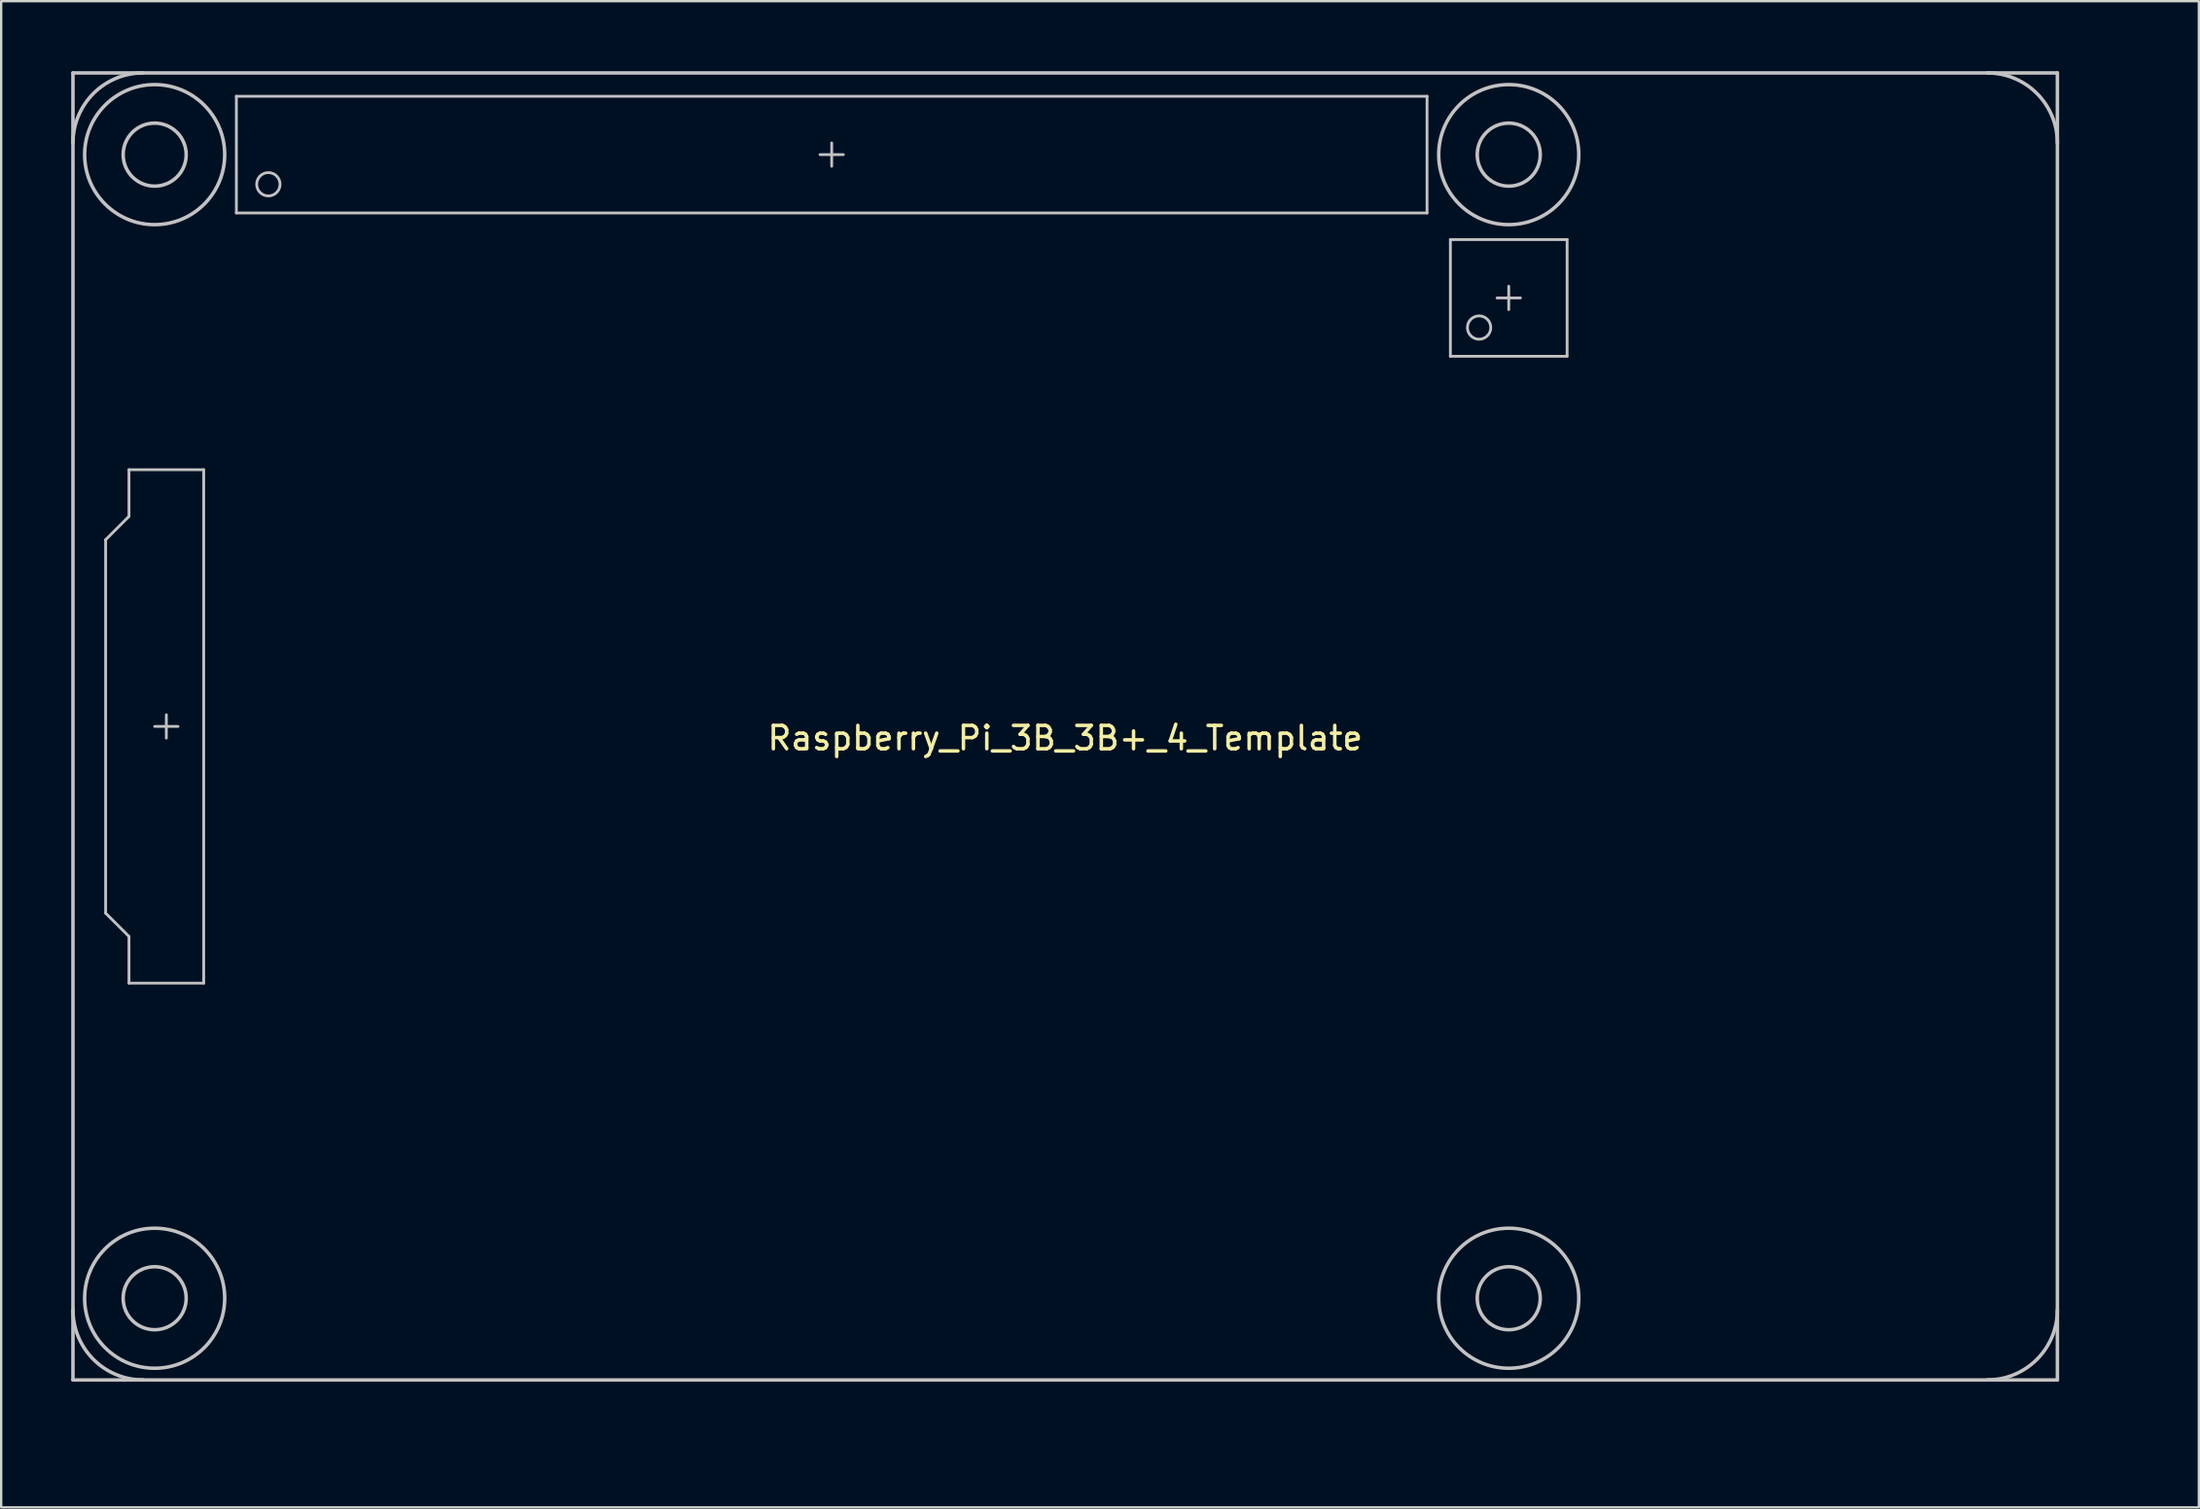
<source format=kicad_pcb>
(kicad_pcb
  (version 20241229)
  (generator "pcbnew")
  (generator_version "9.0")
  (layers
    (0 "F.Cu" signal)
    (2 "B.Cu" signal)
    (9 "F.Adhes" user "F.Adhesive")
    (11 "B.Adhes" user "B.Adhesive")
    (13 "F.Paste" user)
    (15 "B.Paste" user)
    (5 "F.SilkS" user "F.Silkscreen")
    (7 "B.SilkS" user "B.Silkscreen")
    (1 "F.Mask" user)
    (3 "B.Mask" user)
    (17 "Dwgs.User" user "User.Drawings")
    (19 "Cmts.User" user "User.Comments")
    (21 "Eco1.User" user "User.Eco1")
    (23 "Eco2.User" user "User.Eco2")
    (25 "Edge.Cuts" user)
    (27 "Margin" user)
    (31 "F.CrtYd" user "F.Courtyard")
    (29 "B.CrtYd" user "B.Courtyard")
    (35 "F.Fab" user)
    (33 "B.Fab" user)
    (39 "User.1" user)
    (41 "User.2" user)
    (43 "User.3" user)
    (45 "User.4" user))
  (footprint "Raspberry_Pi_3B_3B+_4_Template"
    (layer "F.Cu")
    (at 8.445 4.845)
    (property "Reference" "Raspberry_Pi_3B_3B+_4_Template" (at 34.13 23.73 0) (layer "F.SilkS") (effects (font (size 1 1) (thickness 0.15))))
    (attr exclude_from_pos_files exclude_from_bom)
    (fp_line (start -8.37 -4.77) (end 76.63 -4.77) (stroke (width 0.15) (type solid)) (layer "Dwgs.User"))
    (fp_line (start -8.37 51.23) (end -8.37 -4.77) (stroke (width 0.15) (type solid)) (layer "Dwgs.User"))
    (fp_line (start -6.97 15.23) (end -6.97 31.23) (stroke (width 0.12) (type solid)) (layer "Dwgs.User"))
    (fp_line (start -6.97 31.23) (end -5.97 32.23) (stroke (width 0.12) (type solid)) (layer "Dwgs.User"))
    (fp_line (start -5.97 12.23) (end -5.97 14.23) (stroke (width 0.12) (type solid)) (layer "Dwgs.User"))
    (fp_line (start -5.97 14.23) (end -6.97 15.23) (stroke (width 0.12) (type solid)) (layer "Dwgs.User"))
    (fp_line (start -5.97 32.23) (end -5.97 34.23) (stroke (width 0.12) (type solid)) (layer "Dwgs.User"))
    (fp_line (start -5.97 34.23) (end -2.77 34.23) (stroke (width 0.12) (type solid)) (layer "Dwgs.User"))
    (fp_line (start -4.37 23.23) (end -4.87 23.23) (stroke (width 0.12) (type solid)) (layer "Dwgs.User"))
    (fp_line (start -4.37 23.23) (end -4.37 22.73) (stroke (width 0.12) (type solid)) (layer "Dwgs.User"))
    (fp_line (start -4.37 23.23) (end -4.37 23.73) (stroke (width 0.12) (type solid)) (layer "Dwgs.User"))
    (fp_line (start -4.37 23.23) (end -3.87 23.23) (stroke (width 0.12) (type solid)) (layer "Dwgs.User"))
    (fp_line (start -2.77 12.23) (end -5.97 12.23) (stroke (width 0.12) (type solid)) (layer "Dwgs.User"))
    (fp_line (start -2.77 34.23) (end -2.77 12.23) (stroke (width 0.12) (type solid)) (layer "Dwgs.User"))
    (fp_line (start -1.37 -3.77) (end 49.63 -3.77) (stroke (width 0.12) (type solid)) (layer "Dwgs.User"))
    (fp_line (start -1.37 1.23) (end -1.37 -3.77) (stroke (width 0.12) (type solid)) (layer "Dwgs.User"))
    (fp_line (start 23.63 -1.27) (end 24.13 -1.27) (stroke (width 0.12) (type solid)) (layer "Dwgs.User"))
    (fp_line (start 24.13 -1.77) (end 24.13 -1.27) (stroke (width 0.12) (type solid)) (layer "Dwgs.User"))
    (fp_line (start 24.13 -1.27) (end 24.63 -1.27) (stroke (width 0.12) (type solid)) (layer "Dwgs.User"))
    (fp_line (start 24.13 -0.77) (end 24.13 -1.27) (stroke (width 0.12) (type solid)) (layer "Dwgs.User"))
    (fp_line (start 49.63 -3.77) (end 49.63 1.23) (stroke (width 0.12) (type solid)) (layer "Dwgs.User"))
    (fp_line (start 49.63 1.23) (end -1.37 1.23) (stroke (width 0.12) (type solid)) (layer "Dwgs.User"))
    (fp_line (start 50.63 2.37) (end 55.63 2.37) (stroke (width 0.12) (type solid)) (layer "Dwgs.User"))
    (fp_line (start 50.63 7.37) (end 50.63 2.37) (stroke (width 0.12) (type solid)) (layer "Dwgs.User"))
    (fp_line (start 52.63 4.87) (end 53.12 4.87) (stroke (width 0.12) (type solid)) (layer "Dwgs.User"))
    (fp_line (start 53.13 4.87) (end 53.13 4.37) (stroke (width 0.12) (type solid)) (layer "Dwgs.User"))
    (fp_line (start 53.13 4.87) (end 53.63 4.87) (stroke (width 0.12) (type solid)) (layer "Dwgs.User"))
    (fp_line (start 53.13 5.37) (end 53.13 4.87) (stroke (width 0.12) (type solid)) (layer "Dwgs.User"))
    (fp_line (start 55.63 2.37) (end 55.63 7.37) (stroke (width 0.12) (type solid)) (layer "Dwgs.User"))
    (fp_line (start 55.63 7.37) (end 50.63 7.37) (stroke (width 0.12) (type solid)) (layer "Dwgs.User"))
    (fp_line (start 76.63 -4.77) (end 76.63 51.23) (stroke (width 0.15) (type solid)) (layer "Dwgs.User"))
    (fp_line (start 76.63 51.23) (end -8.37 51.23) (stroke (width 0.15) (type solid)) (layer "Dwgs.User"))
    (fp_arc (start -8.37 -1.77) (mid -7.49132 -3.89132) (end -5.37 -4.77) (stroke (width 0.15) (type solid)) (layer "Dwgs.User"))
    (fp_arc (start -5.37 51.23) (mid -7.49132 50.35132) (end -8.37 48.23) (stroke (width 0.15) (type solid)) (layer "Dwgs.User"))
    (fp_arc (start 73.63 -4.77) (mid 75.75132 -3.89132) (end 76.63 -1.77) (stroke (width 0.15) (type solid)) (layer "Dwgs.User"))
    (fp_arc (start 76.63 48.23) (mid 75.75132 50.35132) (end 73.63 51.23) (stroke (width 0.15) (type solid)) (layer "Dwgs.User"))
    (fp_circle (center -4.87 -1.27) (end -3.52 -1.27) (stroke (width 0.15) (type solid)) (fill no) (layer "Dwgs.User"))
    (fp_circle (center -4.87 -1.27) (end -1.87 -1.27) (stroke (width 0.15) (type solid)) (fill no) (layer "Dwgs.User"))
    (fp_circle (center -4.87 47.73) (end -3.52 47.73) (stroke (width 0.15) (type solid)) (fill no) (layer "Dwgs.User"))
    (fp_circle (center -4.87 47.73) (end -1.87 47.73) (stroke (width 0.15) (type solid)) (fill no) (layer "Dwgs.User"))
    (fp_circle (center 0 0) (end 0.5 0) (stroke (width 0.12) (type solid)) (fill no) (layer "Dwgs.User"))
    (fp_circle (center 51.86 6.14) (end 52.36 6.14) (stroke (width 0.12) (type solid)) (fill no) (layer "Dwgs.User"))
    (fp_circle (center 53.13 -1.27) (end 54.48 -1.27) (stroke (width 0.15) (type solid)) (fill no) (layer "Dwgs.User"))
    (fp_circle (center 53.13 -1.27) (end 56.13 -1.27) (stroke (width 0.15) (type solid)) (fill no) (layer "Dwgs.User"))
    (fp_circle (center 53.13 47.73) (end 54.48 47.73) (stroke (width 0.15) (type solid)) (fill no) (layer "Dwgs.User"))
    (fp_circle (center 53.13 47.73) (end 56.13 47.73) (stroke (width 0.15) (type solid)) (fill no) (layer "Dwgs.User"))
    (fp_line (start -1.87 2.33) (end 8.93 2.33) (stroke (width 0.12) (type solid)) (layer "Eco1.User"))
    (fp_line (start -1.87 15.43) (end -1.87 2.33) (stroke (width 0.12) (type solid)) (layer "Eco1.User"))
    (fp_line (start -1.67 44.93) (end 7.33 44.93) (stroke (width 0.12) (type solid)) (layer "Eco1.User"))
    (fp_line (start -1.67 52.43) (end -1.67 44.93) (stroke (width 0.12) (type solid)) (layer "Eco1.User"))
    (fp_line (start -0.87 36.73) (end 4.13 36.73) (stroke (width 0.12) (type solid)) (layer "Eco1.User"))
    (fp_line (start -0.87 41.73) (end -0.87 36.73) (stroke (width 0.12) (type solid)) (layer "Eco1.User"))
    (fp_line (start -0.17 25.93) (end 7.43 25.93) (stroke (width 0.12) (type solid)) (layer "Eco1.User"))
    (fp_line (start -0.17 28.53) (end -0.17 25.93) (stroke (width 0.12) (type solid)) (layer "Eco1.User"))
    (fp_line (start 1.63 39.23) (end 1.13 39.23) (stroke (width 0.12) (type solid)) (layer "Eco1.User"))
    (fp_line (start 1.63 39.23) (end 1.63 38.73) (stroke (width 0.12) (type solid)) (layer "Eco1.User"))
    (fp_line (start 1.63 39.23) (end 1.63 39.73) (stroke (width 0.12) (type solid)) (layer "Eco1.User"))
    (fp_line (start 1.63 39.23) (end 2.13 39.23) (stroke (width 0.12) (type solid)) (layer "Eco1.User"))
    (fp_line (start 3.63 27.23) (end 3.13 27.23) (stroke (width 0.12) (type solid)) (layer "Eco1.User"))
    (fp_line (start 3.63 27.23) (end 3.63 26.73) (stroke (width 0.12) (type solid)) (layer "Eco1.User"))
    (fp_line (start 3.63 27.23) (end 3.63 27.73) (stroke (width 0.12) (type solid)) (layer "Eco1.User"))
    (fp_line (start 3.63 27.23) (end 4.13 27.23) (stroke (width 0.12) (type solid)) (layer "Eco1.User"))
    (fp_line (start 4.13 36.73) (end 4.13 41.73) (stroke (width 0.12) (type solid)) (layer "Eco1.User"))
    (fp_line (start 4.13 41.73) (end -0.87 41.73) (stroke (width 0.12) (type solid)) (layer "Eco1.User"))
    (fp_line (start 7.33 44.93) (end 7.33 52.43) (stroke (width 0.12) (type solid)) (layer "Eco1.User"))
    (fp_line (start 7.33 52.43) (end -1.67 52.43) (stroke (width 0.12) (type solid)) (layer "Eco1.User"))
    (fp_line (start 7.43 25.93) (end 7.43 28.53) (stroke (width 0.12) (type solid)) (layer "Eco1.User"))
    (fp_line (start 7.43 28.53) (end -0.17 28.53) (stroke (width 0.12) (type solid)) (layer "Eco1.User"))
    (fp_line (start 8.93 2.33) (end 8.93 15.43) (stroke (width 0.12) (type solid)) (layer "Eco1.User"))
    (fp_line (start 8.93 15.43) (end -1.87 15.43) (stroke (width 0.12) (type solid)) (layer "Eco1.User"))
    (fp_line (start 13.38 11.23) (end 28.38 11.23) (stroke (width 0.12) (type solid)) (layer "Eco1.User"))
    (fp_line (start 13.38 25.73) (end 13.38 11.23) (stroke (width 0.12) (type solid)) (layer "Eco1.User"))
    (fp_line (start 13.88 26.23) (end 13.38 25.73) (stroke (width 0.12) (type solid)) (layer "Eco1.User"))
    (fp_line (start 14.03 52.03) (end 14.03 52.53) (stroke (width 0.12) (type solid)) (layer "Eco1.User"))
    (fp_line (start 14.03 52.53) (end 21.23 52.53) (stroke (width 0.12) (type solid)) (layer "Eco1.User"))
    (fp_line (start 14.33 44.33) (end 14.33 52.03) (stroke (width 0.12) (type solid)) (layer "Eco1.User"))
    (fp_line (start 14.33 52.03) (end 14.03 52.03) (stroke (width 0.12) (type solid)) (layer "Eco1.User"))
    (fp_line (start 20.88 18.73) (end 20.38 18.73) (stroke (width 0.12) (type solid)) (layer "Eco1.User"))
    (fp_line (start 20.88 18.73) (end 20.88 18.23) (stroke (width 0.12) (type solid)) (layer "Eco1.User"))
    (fp_line (start 20.88 18.73) (end 20.88 19.23) (stroke (width 0.12) (type solid)) (layer "Eco1.User"))
    (fp_line (start 20.88 18.73) (end 21.38 18.73) (stroke (width 0.12) (type solid)) (layer "Eco1.User"))
    (fp_line (start 20.93 44.33) (end 14.33 44.33) (stroke (width 0.12) (type solid)) (layer "Eco1.User"))
    (fp_line (start 20.93 52.03) (end 20.93 44.33) (stroke (width 0.12) (type solid)) (layer "Eco1.User"))
    (fp_line (start 20.93 52.03) (end 21.23 52.03) (stroke (width 0.12) (type solid)) (layer "Eco1.User"))
    (fp_line (start 21.23 52.03) (end 21.23 52.53) (stroke (width 0.12) (type solid)) (layer "Eco1.User"))
    (fp_line (start 27.53 52.03) (end 27.53 52.53) (stroke (width 0.12) (type solid)) (layer "Eco1.User"))
    (fp_line (start 27.53 52.53) (end 34.73 52.53) (stroke (width 0.12) (type solid)) (layer "Eco1.User"))
    (fp_line (start 27.83 44.33) (end 27.83 52.03) (stroke (width 0.12) (type solid)) (layer "Eco1.User"))
    (fp_line (start 27.83 52.03) (end 27.53 52.03) (stroke (width 0.12) (type solid)) (layer "Eco1.User"))
    (fp_line (start 28.38 11.23) (end 28.38 26.23) (stroke (width 0.12) (type solid)) (layer "Eco1.User"))
    (fp_line (start 28.38 26.23) (end 13.88 26.23) (stroke (width 0.12) (type solid)) (layer "Eco1.User"))
    (fp_line (start 31.38 11.23) (end 38.38 11.23) (stroke (width 0.12) (type solid)) (layer "Eco1.User"))
    (fp_line (start 31.38 26.23) (end 31.38 11.23) (stroke (width 0.12) (type solid)) (layer "Eco1.User"))
    (fp_line (start 34.43 44.33) (end 27.83 44.33) (stroke (width 0.12) (type solid)) (layer "Eco1.User"))
    (fp_line (start 34.43 52.03) (end 34.43 44.33) (stroke (width 0.12) (type solid)) (layer "Eco1.User"))
    (fp_line (start 34.43 52.03) (end 34.73 52.03) (stroke (width 0.12) (type solid)) (layer "Eco1.User"))
    (fp_line (start 34.73 52.03) (end 34.73 52.53) (stroke (width 0.12) (type solid)) (layer "Eco1.User"))
    (fp_line (start 36.53 28.73) (end 36.53 50.73) (stroke (width 0.12) (type solid)) (layer "Eco1.User"))
    (fp_line (start 36.53 50.73) (end 39.73 50.73) (stroke (width 0.12) (type solid)) (layer "Eco1.User"))
    (fp_line (start 38.13 39.73) (end 37.63 39.73) (stroke (width 0.12) (type solid)) (layer "Eco1.User"))
    (fp_line (start 38.13 39.73) (end 38.13 39.23) (stroke (width 0.12) (type solid)) (layer "Eco1.User"))
    (fp_line (start 38.13 39.73) (end 38.13 40.23) (stroke (width 0.12) (type solid)) (layer "Eco1.User"))
    (fp_line (start 38.13 39.73) (end 38.63 39.73) (stroke (width 0.12) (type solid)) (layer "Eco1.User"))
    (fp_line (start 38.38 11.23) (end 38.38 26.23) (stroke (width 0.12) (type solid)) (layer "Eco1.User"))
    (fp_line (start 38.38 26.23) (end 31.38 26.23) (stroke (width 0.12) (type solid)) (layer "Eco1.User"))
    (fp_line (start 39.73 28.73) (end 36.53 28.73) (stroke (width 0.12) (type solid)) (layer "Eco1.User"))
    (fp_line (start 39.73 30.73) (end 39.73 28.73) (stroke (width 0.12) (type solid)) (layer "Eco1.User"))
    (fp_line (start 39.73 48.73) (end 40.73 47.73) (stroke (width 0.12) (type solid)) (layer "Eco1.User"))
    (fp_line (start 39.73 50.73) (end 39.73 48.73) (stroke (width 0.12) (type solid)) (layer "Eco1.User"))
    (fp_line (start 40.73 31.73) (end 39.73 30.73) (stroke (width 0.12) (type solid)) (layer "Eco1.User"))
    (fp_line (start 40.73 47.73) (end 40.73 31.73) (stroke (width 0.12) (type solid)) (layer "Eco1.User"))
    (fp_line (start 42.13 38.43) (end 42.13 53.43) (stroke (width 0.12) (type solid)) (layer "Eco1.User"))
    (fp_line (start 42.13 53.43) (end 49.13 53.43) (stroke (width 0.12) (type solid)) (layer "Eco1.User"))
    (fp_line (start 46.63 23.23) (end 46.63 31.23) (stroke (width 0.12) (type solid)) (layer "Eco1.User"))
    (fp_line (start 46.63 31.23) (end 54.63 31.23) (stroke (width 0.12) (type solid)) (layer "Eco1.User"))
    (fp_line (start 49.13 38.43) (end 42.13 38.43) (stroke (width 0.12) (type solid)) (layer "Eco1.User"))
    (fp_line (start 49.13 53.43) (end 49.13 38.43) (stroke (width 0.12) (type solid)) (layer "Eco1.User"))
    (fp_line (start 54.63 23.23) (end 46.63 23.23) (stroke (width 0.12) (type solid)) (layer "Eco1.User"))
    (fp_line (start 54.63 31.23) (end 54.63 23.23) (stroke (width 0.12) (type solid)) (layer "Eco1.User"))
    (fp_line (start 58.38 -2.52) (end 58.38 13.48) (stroke (width 0.12) (type solid)) (layer "Eco1.User"))
    (fp_line (start 58.38 13.48) (end 79.63 13.48) (stroke (width 0.12) (type solid)) (layer "Eco1.User"))
    (fp_line (start 62.13 17.23) (end 62.13 31.23) (stroke (width 0.12) (type solid)) (layer "Eco1.User"))
    (fp_line (start 62.13 31.23) (end 79.13 31.23) (stroke (width 0.12) (type solid)) (layer "Eco1.User"))
    (fp_line (start 62.13 35.23) (end 62.13 49.23) (stroke (width 0.12) (type solid)) (layer "Eco1.User"))
    (fp_line (start 62.13 49.23) (end 79.13 49.23) (stroke (width 0.12) (type solid)) (layer "Eco1.User"))
    (fp_line (start 79.13 16.73) (end 79.63 16.73) (stroke (width 0.12) (type solid)) (layer "Eco1.User"))
    (fp_line (start 79.13 17.23) (end 62.13 17.23) (stroke (width 0.12) (type solid)) (layer "Eco1.User"))
    (fp_line (start 79.13 17.23) (end 79.13 16.73) (stroke (width 0.12) (type solid)) (layer "Eco1.User"))
    (fp_line (start 79.13 31.23) (end 79.13 31.73) (stroke (width 0.12) (type solid)) (layer "Eco1.User"))
    (fp_line (start 79.13 31.73) (end 79.63 31.73) (stroke (width 0.12) (type solid)) (layer "Eco1.User"))
    (fp_line (start 79.13 34.73) (end 79.13 35.23) (stroke (width 0.12) (type solid)) (layer "Eco1.User"))
    (fp_line (start 79.13 35.23) (end 62.13 35.23) (stroke (width 0.12) (type solid)) (layer "Eco1.User"))
    (fp_line (start 79.13 49.23) (end 79.13 49.73) (stroke (width 0.12) (type solid)) (layer "Eco1.User"))
    (fp_line (start 79.13 49.73) (end 79.63 49.73) (stroke (width 0.12) (type solid)) (layer "Eco1.User"))
    (fp_line (start 79.63 -2.52) (end 58.38 -2.52) (stroke (width 0.12) (type solid)) (layer "Eco1.User"))
    (fp_line (start 79.63 13.48) (end 79.63 -2.52) (stroke (width 0.12) (type solid)) (layer "Eco1.User"))
    (fp_line (start 79.63 31.73) (end 79.63 16.73) (stroke (width 0.12) (type solid)) (layer "Eco1.User"))
    (fp_line (start 79.63 34.73) (end 79.13 34.73) (stroke (width 0.12) (type solid)) (layer "Eco1.User"))
    (fp_line (start 79.63 49.73) (end 79.63 34.73) (stroke (width 0.12) (type solid)) (layer "Eco1.User"))
    (fp_circle (center 1.09 27.23) (end 1.598 27.23) (stroke (width 0.12) (type solid)) (fill no) (layer "Eco1.User"))
    (fp_line (start -1.57 47.13) (end 6.03 47.13) (stroke (width 0.12) (type solid)) (layer "Eco2.User"))
    (fp_line (start -1.57 52.83) (end -1.57 47.13) (stroke (width 0.12) (type solid)) (layer "Eco2.User"))
    (fp_line (start 6.03 47.13) (end 6.03 52.83) (stroke (width 0.12) (type solid)) (layer "Eco2.User"))
    (fp_line (start 6.03 52.83) (end -1.57 52.83) (stroke (width 0.12) (type solid)) (layer "Eco2.User"))
    (fp_line (start 11.63 12.83) (end 11.63 26.83) (stroke (width 0.12) (type solid)) (layer "Eco2.User"))
    (fp_line (start 11.63 26.83) (end 25.63 26.83) (stroke (width 0.12) (type solid)) (layer "Eco2.User"))
    (fp_line (start 16.13 40.13) (end 31.13 40.13) (stroke (width 0.12) (type solid)) (layer "Eco2.User"))
    (fp_line (start 16.13 52.43) (end 16.13 40.13) (stroke (width 0.12) (type solid)) (layer "Eco2.User"))
    (fp_line (start 25.63 12.83) (end 11.63 12.83) (stroke (width 0.12) (type solid)) (layer "Eco2.User"))
    (fp_line (start 25.63 12.83) (end 25.63 26.83) (stroke (width 0.12) (type solid)) (layer "Eco2.User"))
    (fp_line (start 31.13 40.13) (end 31.13 52.43) (stroke (width 0.12) (type solid)) (layer "Eco2.User"))
    (fp_line (start 31.13 52.43) (end 16.13 52.43) (stroke (width 0.12) (type solid)) (layer "Eco2.User"))
    (fp_line (start 35.03 28.73) (end 35.03 50.73) (stroke (width 0.12) (type solid)) (layer "Eco2.User"))
    (fp_line (start 35.03 50.73) (end 38.23 50.73) (stroke (width 0.12) (type solid)) (layer "Eco2.User"))
    (fp_line (start 36.63 39.73) (end 36.13 39.73) (stroke (width 0.12) (type solid)) (layer "Eco2.User"))
    (fp_line (start 36.63 39.73) (end 36.63 39.23) (stroke (width 0.12) (type solid)) (layer "Eco2.User"))
    (fp_line (start 36.63 39.73) (end 36.63 40.23) (stroke (width 0.12) (type solid)) (layer "Eco2.User"))
    (fp_line (start 36.63 39.73) (end 37.13 39.73) (stroke (width 0.12) (type solid)) (layer "Eco2.User"))
    (fp_line (start 38.23 28.73) (end 35.03 28.73) (stroke (width 0.12) (type solid)) (layer "Eco2.User"))
    (fp_line (start 38.23 30.73) (end 38.23 28.73) (stroke (width 0.12) (type solid)) (layer "Eco2.User"))
    (fp_line (start 38.23 48.73) (end 39.23 47.73) (stroke (width 0.12) (type solid)) (layer "Eco2.User"))
    (fp_line (start 38.23 50.73) (end 38.23 48.73) (stroke (width 0.12) (type solid)) (layer "Eco2.User"))
    (fp_line (start 39.23 31.73) (end 38.23 30.73) (stroke (width 0.12) (type solid)) (layer "Eco2.User"))
    (fp_line (start 39.23 47.73) (end 39.23 31.73) (stroke (width 0.12) (type solid)) (layer "Eco2.User"))
    (fp_line (start 41.63 38.63) (end 41.63 53.63) (stroke (width 0.12) (type solid)) (layer "Eco2.User"))
    (fp_line (start 41.63 53.63) (end 48.63 53.63) (stroke (width 0.12) (type solid)) (layer "Eco2.User"))
    (fp_line (start 48.63 38.63) (end 41.63 38.63) (stroke (width 0.12) (type solid)) (layer "Eco2.User"))
    (fp_line (start 48.63 53.63) (end 48.63 38.63) (stroke (width 0.12) (type solid)) (layer "Eco2.User"))
    (fp_line (start 48.73 28.03) (end 48.73 19.03) (stroke (width 0.12) (type solid)) (layer "Eco2.User"))
    (fp_line (start 57.73 19.03) (end 48.73 19.03) (stroke (width 0.12) (type solid)) (layer "Eco2.User"))
    (fp_line (start 57.73 19.03) (end 57.73 28.03) (stroke (width 0.12) (type solid)) (layer "Eco2.User"))
    (fp_line (start 57.73 28.03) (end 48.73 28.03) (stroke (width 0.12) (type solid)) (layer "Eco2.User"))
    (fp_line (start 58.38 32.98) (end 58.38 48.98) (stroke (width 0.12) (type solid)) (layer "Eco2.User"))
    (fp_line (start 58.38 48.98) (end 79.63 48.98) (stroke (width 0.12) (type solid)) (layer "Eco2.User"))
    (fp_line (start 62.13 -2.77) (end 62.13 11.23) (stroke (width 0.12) (type solid)) (layer "Eco2.User"))
    (fp_line (start 62.13 11.23) (end 79.13 11.23) (stroke (width 0.12) (type solid)) (layer "Eco2.User"))
    (fp_line (start 62.13 15.23) (end 62.13 29.23) (stroke (width 0.12) (type solid)) (layer "Eco2.User"))
    (fp_line (start 62.13 29.23) (end 79.13 29.23) (stroke (width 0.12) (type solid)) (layer "Eco2.User"))
    (fp_line (start 79.13 -3.27) (end 79.63 -3.27) (stroke (width 0.12) (type solid)) (layer "Eco2.User"))
    (fp_line (start 79.13 -2.77) (end 62.13 -2.77) (stroke (width 0.12) (type solid)) (layer "Eco2.User"))
    (fp_line (start 79.13 -2.77) (end 79.13 -3.27) (stroke (width 0.12) (type solid)) (layer "Eco2.User"))
    (fp_line (start 79.13 11.23) (end 79.13 11.73) (stroke (width 0.12) (type solid)) (layer "Eco2.User"))
    (fp_line (start 79.13 11.73) (end 79.63 11.73) (stroke (width 0.12) (type solid)) (layer "Eco2.User"))
    (fp_line (start 79.13 14.73) (end 79.63 14.73) (stroke (width 0.12) (type solid)) (layer "Eco2.User"))
    (fp_line (start 79.13 15.23) (end 62.13 15.23) (stroke (width 0.12) (type solid)) (layer "Eco2.User"))
    (fp_line (start 79.13 15.23) (end 79.13 14.73) (stroke (width 0.12) (type solid)) (layer "Eco2.User"))
    (fp_line (start 79.13 29.23) (end 79.13 29.73) (stroke (width 0.12) (type solid)) (layer "Eco2.User"))
    (fp_line (start 79.13 29.73) (end 79.63 29.73) (stroke (width 0.12) (type solid)) (layer "Eco2.User"))
    (fp_line (start 79.63 11.73) (end 79.63 -3.27) (stroke (width 0.12) (type solid)) (layer "Eco2.User"))
    (fp_line (start 79.63 29.73) (end 79.63 14.73) (stroke (width 0.12) (type solid)) (layer "Eco2.User"))
    (fp_line (start 79.63 32.98) (end 58.38 32.98) (stroke (width 0.12) (type solid)) (layer "Eco2.User"))
    (fp_line (start 79.63 48.98) (end 79.63 32.98) (stroke (width 0.12) (type solid)) (layer "Eco2.User"))
    (fp_text user "Raspberry Pi 4" (at 34.13 15.73 0) (layer "Eco1.User") (effects (font (size 1 1) (thickness 0.15))))
    (fp_text user "Raspberry Pi 3B+" (at 34.13 18.23 0) (layer "Eco2.User") (effects (font (size 1 1) (thickness 0.15)))))
  (gr_rect
    (start -3 -3)
    (end 91.135 61.535)
    (stroke (width 0.1) (type default))
    (fill no)
    (layer "Edge.Cuts")))
</source>
